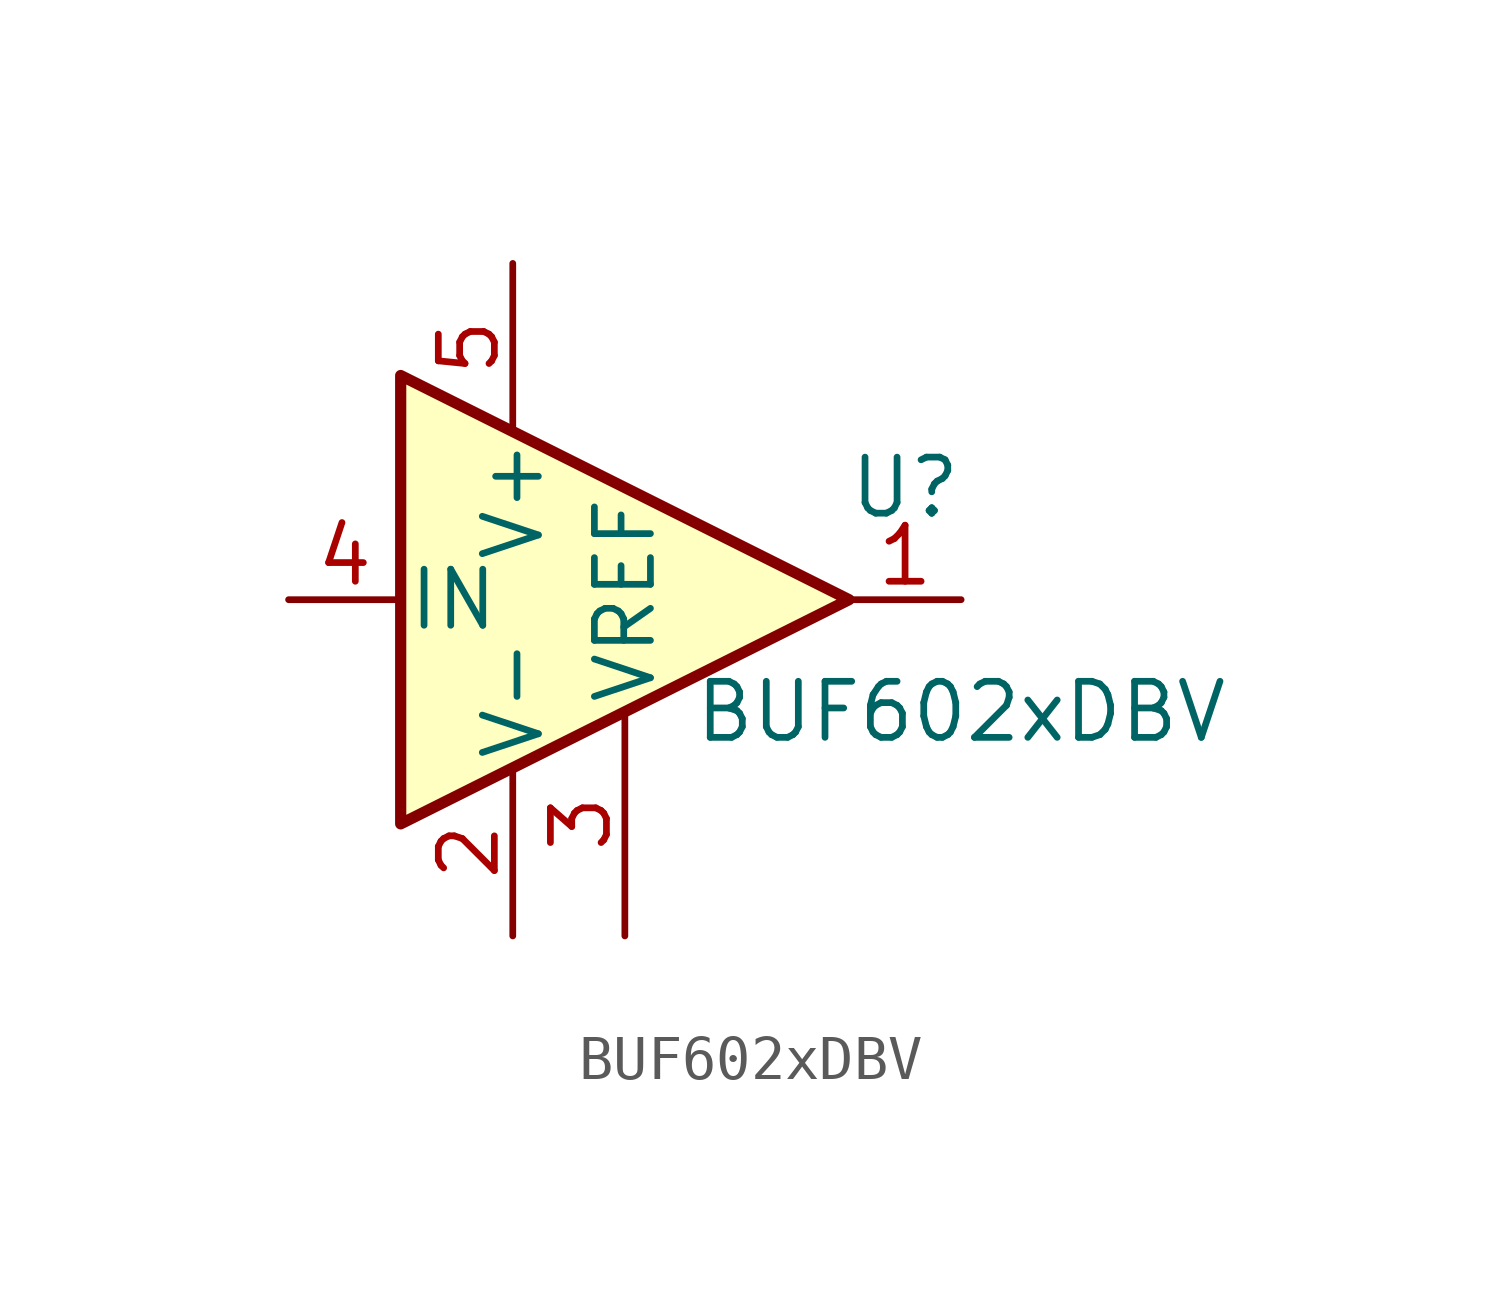
<source format=kicad_sym>
(kicad_symbol_lib
  (version 20211014)
  (generator kicad_symbol_editor)
  (symbol "BUF602xDBV"
    (pin_names
      (offset 0.127))
    (property "Reference" "U"
      (at 6.35 2.54 0)
      (effects (font (size 1.27 1.27))))
    (property "Value" "BUF602xDBV"
      (at 7.62 -2.54 0)
      (effects (font (size 1.27 1.27))))
    (symbol "BUF602xDBV_0_1"
      (polyline (pts (xy 5.08 0) (xy -5.08 5.08) (xy -5.08 -5.08) (xy 5.08 0)) (stroke (width 0.254) (type default) (color 0 0 0 0)) (fill (type background))))
    (symbol "BUF602xDBV_1_1"
      (pin output line (at 7.62 0 180) (length 2.54) (name "~" (effects (font (size 1.27 1.27)))) (number "1" (effects (font (size 1.27 1.27)))))
      (pin power_in line (at -2.54 -7.62 90) (length 3.81) (name "V-" (effects (font (size 1.27 1.27)))) (number "2" (effects (font (size 1.27 1.27)))))
      (pin output line (at 0 -7.62 90) (length 5.08) (name "VREF" (effects (font (size 1.27 1.27)))) (number "3" (effects (font (size 1.27 1.27)))))
      (pin input line (at -7.62 0 0) (length 2.54) (name "IN" (effects (font (size 1.27 1.27)))) (number "4" (effects (font (size 1.27 1.27)))))
      (pin power_in line (at -2.54 7.62 270) (length 3.81) (name "V+" (effects (font (size 1.27 1.27)))) (number "5" (effects (font (size 1.27 1.27))))))))
</source>
